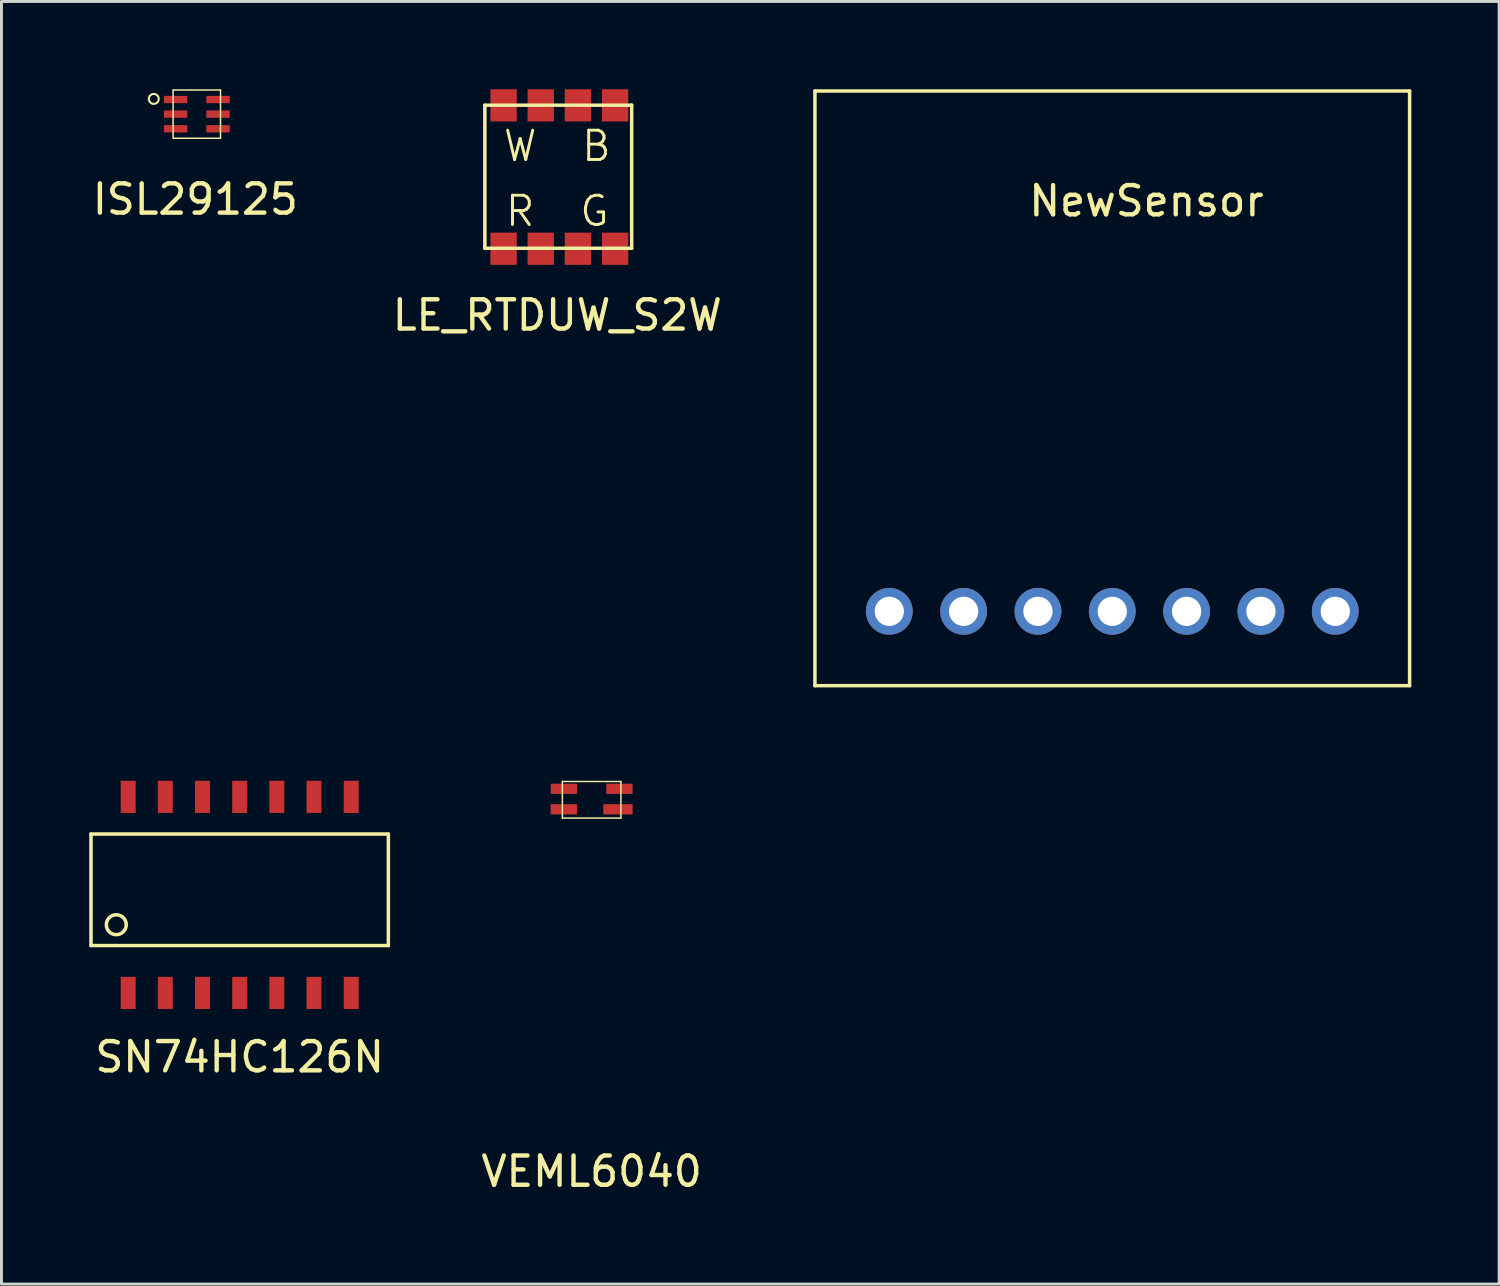
<source format=kicad_pcb>
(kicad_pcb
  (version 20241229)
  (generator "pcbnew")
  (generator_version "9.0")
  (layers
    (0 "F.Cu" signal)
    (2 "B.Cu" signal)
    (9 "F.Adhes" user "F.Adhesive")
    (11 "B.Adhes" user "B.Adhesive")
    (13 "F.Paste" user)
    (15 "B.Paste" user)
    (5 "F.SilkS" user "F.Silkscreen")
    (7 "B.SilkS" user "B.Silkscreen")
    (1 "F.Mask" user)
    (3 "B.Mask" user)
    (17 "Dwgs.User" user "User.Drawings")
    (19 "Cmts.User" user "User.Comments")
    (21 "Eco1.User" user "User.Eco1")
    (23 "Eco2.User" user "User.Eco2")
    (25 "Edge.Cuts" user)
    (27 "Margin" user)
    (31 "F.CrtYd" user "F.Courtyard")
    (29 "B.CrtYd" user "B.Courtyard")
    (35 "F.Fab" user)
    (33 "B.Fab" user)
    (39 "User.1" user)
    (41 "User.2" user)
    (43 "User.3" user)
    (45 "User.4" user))
  (footprint "VEML6040"
    (layer "F.Cu")
    (at 17.167 24.28)
    (property "Reference" "VEML6040" (at 0 12.7 0) (layer "F.SilkS") (effects (font (size 1 1) (thickness 0.15))))
    (attr through_hole)
    (fp_line (start -1 -0.625) (end 1 -0.625) (stroke (width 0.05) (type solid)) (layer "F.SilkS"))
    (fp_line (start -1 0.625) (end -1 -0.625) (stroke (width 0.05) (type solid)) (layer "F.SilkS"))
    (fp_line (start 1 -0.625) (end 1 0.625) (stroke (width 0.05) (type solid)) (layer "F.SilkS"))
    (fp_line (start 1 0.625) (end -1 0.625) (stroke (width 0.05) (type solid)) (layer "F.SilkS"))
    (pad "1" smd rect (at -0.95 -0.375) (size 0.9 0.35) (layers "F.Cu" "F.Mask" "F.Paste"))
    (pad "2" smd rect (at -0.95 0.325) (size 0.9 0.35) (layers "F.Cu" "F.Mask" "F.Paste"))
    (pad "3" smd rect (at 0.9 0.325) (size 1 0.35) (layers "F.Cu" "F.Mask" "F.Paste"))
    (pad "4" smd rect (at 0.95 -0.375) (size 0.9 0.35) (layers "F.Cu" "F.Mask" "F.Paste")))
  (footprint "NewSensor"
    (layer "F.Cu")
    (at 27.338 20.38)
    (property "Reference" "NewSensor" (at 8.788 -16.561 0) (layer "F.SilkS") (effects (font (size 1 1) (thickness 0.15))))
    (attr through_hole)
    (fp_line (start -2.54 -20.32) (end 17.78 -20.32) (stroke (width 0.12) (type solid)) (layer "F.SilkS"))
    (fp_line (start -2.54 0) (end -2.54 -20.32) (stroke (width 0.12) (type solid)) (layer "F.SilkS"))
    (fp_line (start 17.78 -20.32) (end 17.78 0) (stroke (width 0.12) (type solid)) (layer "F.SilkS"))
    (fp_line (start 17.78 0) (end -2.54 0) (stroke (width 0.12) (type solid)) (layer "F.SilkS"))
    (pad "3V3" thru_hole circle (at 10.16 -2.54) (size 1.6 1.6) (drill 1) (layers "*.Cu" "*.Mask"))
    (pad "GND" thru_hole circle (at 12.7 -2.54 90) (size 1.6 1.6) (drill 1) (layers "*.Cu" "*.Mask"))
    (pad "INT" thru_hole circle (at 2.54 -2.54 90) (size 1.6 1.6) (drill 1) (layers "*.Cu" "*.Mask"))
    (pad "LED" thru_hole circle (at 0 -2.54) (size 1.6 1.6) (drill 1) (layers "*.Cu" "*.Mask"))
    (pad "SCL" thru_hole circle (at 7.62 -2.54 90) (size 1.6 1.6) (drill 1) (layers "*.Cu" "*.Mask"))
    (pad "SDA" thru_hole circle (at 5.08 -2.54) (size 1.6 1.6) (drill 1) (layers "*.Cu" "*.Mask"))
    (pad "VIN" thru_hole circle (at 15.24 -2.54) (size 1.6 1.6) (drill 1) (layers "*.Cu" "*.Mask")))
  (footprint "LE_RTDUW_S2W"
    (layer "F.Cu")
    (at 16.058 3.085)
    (property "Reference" "LE_RTDUW_S2W" (at -0.064 4.636 0) (layer "F.SilkS") (effects (font (size 1 1) (thickness 0.15))))
    (attr through_hole)
    (fp_line (start -2.54 -2.54) (end 2.477 -2.54) (stroke (width 0.12) (type solid)) (layer "F.SilkS"))
    (fp_line (start -2.54 2.349) (end -2.54 -2.54) (stroke (width 0.12) (type solid)) (layer "F.SilkS"))
    (fp_line (start 2.477 -2.54) (end 2.477 2.349) (stroke (width 0.12) (type solid)) (layer "F.SilkS"))
    (fp_line (start 2.477 2.349) (end -2.54 2.349) (stroke (width 0.12) (type solid)) (layer "F.SilkS"))
    (fp_text user "G" (at 1.206 1.079 0) (layer "F.SilkS") (effects (font (size 1 1) (thickness 0.1))))
    (fp_text user "W" (at -1.333 -1.143 0) (layer "F.SilkS") (effects (font (size 1 1) (thickness 0.1))))
    (fp_text user "R" (at -1.333 1.079 0) (layer "F.SilkS") (effects (font (size 1 1) (thickness 0.1))))
    (fp_text user "B" (at 1.27 -1.143 0) (layer "F.SilkS") (effects (font (size 1 1) (thickness 0.1))))
    (pad "1" smd rect (at -1.9 2.365) (size 0.9 1.1) (layers "F.Cu" "F.Mask" "F.Paste"))
    (pad "2" smd rect (at -0.63 2.365) (size 0.9 1.1) (layers "F.Cu" "F.Mask" "F.Paste"))
    (pad "3" smd rect (at 0.64 2.365) (size 0.9 1.1) (layers "F.Cu" "F.Mask" "F.Paste"))
    (pad "4" smd rect (at 1.91 2.365) (size 0.9 1.1) (layers "F.Cu" "F.Mask" "F.Paste"))
    (pad "5" smd rect (at 1.91 -2.535) (size 0.9 1.1) (layers "F.Cu" "F.Mask" "F.Paste"))
    (pad "6" smd rect (at 0.64 -2.535) (size 0.9 1.1) (layers "F.Cu" "F.Mask" "F.Paste"))
    (pad "7" smd rect (at -0.63 -2.535) (size 0.9 1.1) (layers "F.Cu" "F.Mask" "F.Paste"))
    (pad "8" smd rect (at -1.9 -2.535) (size 0.9 1.1) (layers "F.Cu" "F.Mask" "F.Paste")))
  (footprint "ISL29125"
    (layer "F.Cu")
    (at 3.625 0.85)
    (property "Reference" "ISL29125" (at 0 2.91 0) (layer "F.SilkS") (effects (font (size 1 1) (thickness 0.15))))
    (attr through_hole)
    (fp_line (start -0.76 -0.82) (end -0.76 0.82) (stroke (width 0.05) (type solid)) (layer "F.SilkS"))
    (fp_line (start 0.86 -0.825) (end -0.76 -0.825) (stroke (width 0.05) (type solid)) (layer "F.SilkS"))
    (fp_line (start 0.86 -0.82) (end 0.86 0.82) (stroke (width 0.05) (type solid)) (layer "F.SilkS"))
    (fp_line (start 0.86 0.825) (end -0.76 0.825) (stroke (width 0.05) (type solid)) (layer "F.SilkS"))
    (fp_circle (center -1.42 -0.52) (end -1.25 -0.52) (stroke (width 0.07) (type solid)) (fill no) (layer "F.SilkS"))
    (pad "1" smd rect (at -0.675 -0.5 90) (size 0.25 0.8) (layers "F.Cu" "F.Mask" "F.Paste"))
    (pad "2" smd rect (at -0.675 0 90) (size 0.25 0.8) (layers "F.Cu" "F.Mask" "F.Paste"))
    (pad "3" smd rect (at -0.675 0.5 90) (size 0.25 0.8) (layers "F.Cu" "F.Mask" "F.Paste"))
    (pad "4" smd rect (at 0.775 0.5 90) (size 0.25 0.8) (layers "F.Cu" "F.Mask" "F.Paste"))
    (pad "5" smd rect (at 0.775 0 90) (size 0.25 0.8) (layers "F.Cu" "F.Mask" "F.Paste"))
    (pad "6" smd rect (at 0.775 -0.5 90) (size 0.25 0.8) (layers "F.Cu" "F.Mask" "F.Paste")))
  (footprint "SN74HC126N"
    (layer "F.Cu")
    (at 5.14 27.99)
    (property "Reference" "SN74HC126N" (at 0 5.08 0) (layer "F.SilkS") (effects (font (size 1 1) (thickness 0.15))))
    (attr through_hole)
    (fp_line (start -5.08 -2.54) (end 5.08 -2.54) (stroke (width 0.12) (type solid)) (layer "F.SilkS"))
    (fp_line (start -5.08 1.27) (end -5.08 -2.54) (stroke (width 0.12) (type solid)) (layer "F.SilkS"))
    (fp_line (start 5.08 -2.54) (end 5.08 1.27) (stroke (width 0.12) (type solid)) (layer "F.SilkS"))
    (fp_line (start 5.08 1.27) (end -5.08 1.27) (stroke (width 0.12) (type solid)) (layer "F.SilkS"))
    (fp_circle (center -4.216 0.559) (end -3.912 0.406) (stroke (width 0.12) (type solid)) (fill no) (layer "F.SilkS"))
    (pad "1" smd rect (at -3.81 2.89) (size 0.51 1.1) (layers "F.Cu" "F.Mask" "F.Paste"))
    (pad "2" smd rect (at -2.54 2.89) (size 0.51 1.1) (layers "F.Cu" "F.Mask" "F.Paste"))
    (pad "3" smd rect (at -1.27 2.89) (size 0.51 1.1) (layers "F.Cu" "F.Mask" "F.Paste"))
    (pad "4" smd rect (at 0 2.89) (size 0.51 1.1) (layers "F.Cu" "F.Mask" "F.Paste"))
    (pad "5" smd rect (at 1.27 2.89) (size 0.51 1.1) (layers "F.Cu" "F.Mask" "F.Paste"))
    (pad "6" smd rect (at 2.54 2.89 180) (size 0.51 1.1) (layers "F.Cu" "F.Mask" "F.Paste"))
    (pad "7" smd rect (at 3.81 2.89) (size 0.51 1.1) (layers "F.Cu" "F.Mask" "F.Paste"))
    (pad "8" smd rect (at 3.81 -3.81) (size 0.51 1.1) (layers "F.Cu" "F.Mask" "F.Paste"))
    (pad "9" smd rect (at 2.54 -3.81) (size 0.51 1.1) (layers "F.Cu" "F.Mask" "F.Paste"))
    (pad "10" smd rect (at 1.27 -3.81) (size 0.51 1.1) (layers "F.Cu" "F.Mask" "F.Paste"))
    (pad "11" smd rect (at 0 -3.81) (size 0.51 1.1) (layers "F.Cu" "F.Mask" "F.Paste"))
    (pad "12" smd rect (at -1.27 -3.81) (size 0.51 1.1) (layers "F.Cu" "F.Mask" "F.Paste"))
    (pad "13" smd rect (at -2.54 -3.81) (size 0.51 1.1) (layers "F.Cu" "F.Mask" "F.Paste"))
    (pad "14" smd rect (at -3.81 -3.81) (size 0.51 1.1) (layers "F.Cu" "F.Mask" "F.Paste")))
  (gr_rect
    (start -3 -3)
    (end 48.178 40.828)
    (stroke (width 0.1) (type default))
    (fill no)
    (layer "Edge.Cuts")))
</source>
